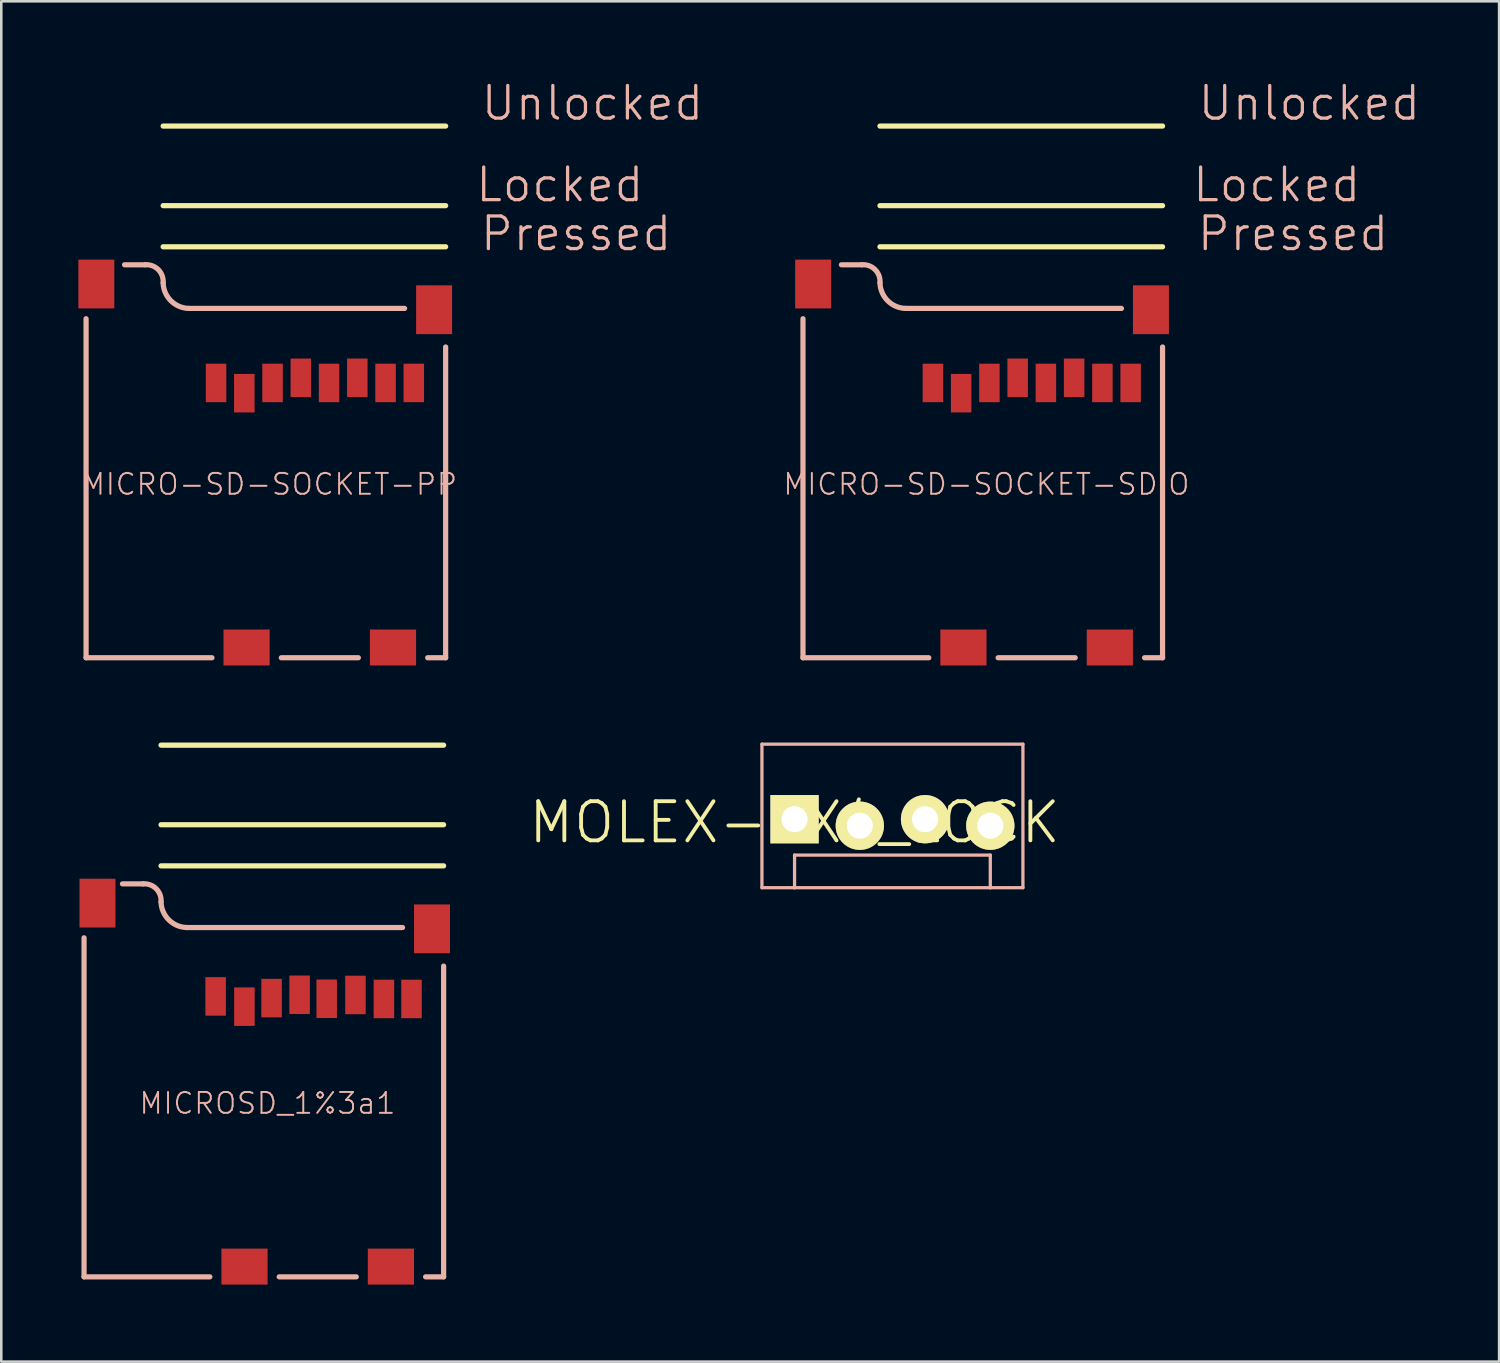
<source format=kicad_pcb>
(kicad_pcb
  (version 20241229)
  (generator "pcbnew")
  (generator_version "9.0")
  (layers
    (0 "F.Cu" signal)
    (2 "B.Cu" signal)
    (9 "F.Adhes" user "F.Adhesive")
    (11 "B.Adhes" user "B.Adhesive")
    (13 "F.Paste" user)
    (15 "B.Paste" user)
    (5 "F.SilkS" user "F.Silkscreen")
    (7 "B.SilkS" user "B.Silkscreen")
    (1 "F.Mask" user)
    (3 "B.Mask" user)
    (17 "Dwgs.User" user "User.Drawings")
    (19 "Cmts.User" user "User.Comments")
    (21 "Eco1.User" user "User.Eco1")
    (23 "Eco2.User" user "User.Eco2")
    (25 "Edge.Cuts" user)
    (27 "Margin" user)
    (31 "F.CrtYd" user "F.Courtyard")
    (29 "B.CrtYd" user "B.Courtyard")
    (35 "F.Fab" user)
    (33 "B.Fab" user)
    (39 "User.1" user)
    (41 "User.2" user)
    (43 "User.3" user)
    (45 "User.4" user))
  (footprint "MOLEX-1X4_LOCK"
    (layer "F.Cu")
    (at 27.882 28.968)
    (property "Reference" "MOLEX-1X4_LOCK" (at 0 0 0) (layer "F.SilkS") (effects (font (size 1.524 1.524) (thickness 0.15))))
    (attr exclude_from_pos_files exclude_from_bom)
    (fp_line (start -1.27 -3.048) (end -1.27 2.54) (stroke (width 0.127) (type solid)) (layer "B.SilkS"))
    (fp_line (start 0 1.27) (end 7.62 1.27) (stroke (width 0.127) (type solid)) (layer "B.SilkS"))
    (fp_line (start 0 2.54) (end -1.27 2.54) (stroke (width 0.127) (type solid)) (layer "B.SilkS"))
    (fp_line (start 0 2.54) (end 0 1.27) (stroke (width 0.127) (type solid)) (layer "B.SilkS"))
    (fp_line (start 7.62 1.27) (end 7.62 2.54) (stroke (width 0.127) (type solid)) (layer "B.SilkS"))
    (fp_line (start 7.62 2.54) (end 0 2.54) (stroke (width 0.127) (type solid)) (layer "B.SilkS"))
    (fp_line (start 8.89 -3.048) (end -1.27 -3.048) (stroke (width 0.127) (type solid)) (layer "B.SilkS"))
    (fp_line (start 8.89 -3.048) (end 8.89 2.54) (stroke (width 0.127) (type solid)) (layer "B.SilkS"))
    (fp_line (start 8.89 2.54) (end 7.62 2.54) (stroke (width 0.127) (type solid)) (layer "B.SilkS"))
    (pad "1" thru_hole rect (at 0 -0.127) (size 1.88 1.88) (drill 1.016) (layers "*.Cu" "F.Mask" "F.SilkS" "F.Paste"))
    (pad "2" thru_hole circle (at 2.54 0.127) (size 1.88 1.88) (drill 1.016) (layers "*.Cu" "F.Mask" "F.SilkS" "F.Paste"))
    (pad "3" thru_hole circle (at 5.08 -0.127) (size 1.88 1.88) (drill 1.016) (layers "*.Cu" "F.Mask" "F.SilkS" "F.Paste"))
    (pad "4" thru_hole circle (at 7.62 0.127) (size 1.88 1.88) (drill 1.016) (layers "*.Cu" "F.Mask" "F.SilkS" "F.Paste")))
  (footprint "MICRO-SD-SOCKET-PP"
    (layer "F.Cu")
    (at 14.299 22.556)
    (property "Reference" "MICRO-SD-SOCKET-PP" (at -6.858 -6.756 0) (layer "B.SilkS") (effects (font (size 0.813 0.813) (thickness 0.076))))
    (attr smd)
    (fp_line (start -10.998 -15.999) (end 0 -15.999) (stroke (width 0.203) (type solid)) (layer "F.SilkS"))
    (fp_line (start 0 -20.698) (end -10.998 -20.698) (stroke (width 0.203) (type solid)) (layer "F.SilkS"))
    (fp_line (start 0 -17.6) (end -10.998 -17.6) (stroke (width 0.203) (type solid)) (layer "F.SilkS"))
    (fp_line (start -13.998 0) (end -13.998 -13.198) (stroke (width 0.203) (type solid)) (layer "B.SilkS"))
    (fp_line (start -13.998 0) (end -9.098 0) (stroke (width 0.203) (type solid)) (layer "B.SilkS"))
    (fp_line (start -11.699 -15.298) (end -12.499 -15.298) (stroke (width 0.203) (type solid)) (layer "B.SilkS"))
    (fp_line (start -10 -13.599) (end -1.598 -13.599) (stroke (width 0.203) (type solid)) (layer "B.SilkS"))
    (fp_line (start -3.399 0) (end -6.398 0) (stroke (width 0.203) (type solid)) (layer "B.SilkS"))
    (fp_line (start 0 -12.098) (end 0 0) (stroke (width 0.203) (type solid)) (layer "B.SilkS"))
    (fp_line (start 0 0) (end -0.699 0) (stroke (width 0.203) (type solid)) (layer "B.SilkS"))
    (fp_arc (start -11.69924 -15.29842) (mid -11.188194 -15.110312) (end -10.997998 -14.60004) (stroke (width 0.2032) (type solid)) (layer "B.SilkS"))
    (fp_arc (start -9.99998 -13.59916) (mid -10.698882 -13.89902) (end -10.998219 -14.598146) (stroke (width 0.2032) (type solid)) (layer "B.SilkS"))
    (fp_text user "Unlocked" (at 5.715 -21.59 0) (layer "B.SilkS") (effects (font (size 1.27 1.27) (thickness 0.127))))
    (fp_text user "Pressed" (at 5.08 -16.51 0) (layer "B.SilkS") (effects (font (size 1.27 1.27) (thickness 0.127))))
    (fp_text user "Locked" (at 4.445 -18.415 0) (layer "B.SilkS") (effects (font (size 1.27 1.27) (thickness 0.127))))
    (pad "CD1" smd rect (at -2.05 -0.399) (size 1.798 1.4) (layers "F.Cu" "F.Mask" "F.Paste"))
    (pad "CD2" smd rect (at -7.75 -0.399) (size 1.798 1.4) (layers "F.Cu" "F.Mask" "F.Paste"))
    (pad "CS" smd rect (at -7.838 -10.3) (size 0.798 1.499) (layers "F.Cu" "F.Mask" "F.Paste"))
    (pad "DI" smd rect (at -6.739 -10.698) (size 0.798 1.499) (layers "F.Cu" "F.Mask" "F.Paste"))
    (pad "DO" smd rect (at -2.339 -10.698) (size 0.798 1.499) (layers "F.Cu" "F.Mask" "F.Paste"))
    (pad "GND" smd rect (at -3.439 -10.899) (size 0.798 1.499) (layers "F.Cu" "F.Mask" "F.Paste"))
    (pad "GND1" smd rect (at -13.599 -14.549) (size 1.4 1.9) (layers "F.Cu" "F.Mask" "F.Paste"))
    (pad "GND3" smd rect (at -0.45 -13.548) (size 1.4 1.9) (layers "F.Cu" "F.Mask" "F.Paste"))
    (pad "RSV1" smd rect (at -8.938 -10.698) (size 0.798 1.499) (layers "F.Cu" "F.Mask" "F.Paste"))
    (pad "RSV2" smd rect (at -1.24 -10.698) (size 0.798 1.499) (layers "F.Cu" "F.Mask" "F.Paste"))
    (pad "SCLK" smd rect (at -4.539 -10.698) (size 0.798 1.499) (layers "F.Cu" "F.Mask" "F.Paste"))
    (pad "VCC" smd rect (at -5.639 -10.899) (size 0.798 1.499) (layers "F.Cu" "F.Mask" "F.Paste")))
  (footprint "MICROSD_1%3a1"
    (layer "F.Cu")
    (at 0.25 46.657)
    (property "Reference" "MICROSD_1%3a1" (at 7.112 -6.756 0) (layer "B.SilkS") (effects (font (size 0.813 0.813) (thickness 0.076))))
    (attr smd)
    (fp_line (start 2.969 -15.999) (end 13.97 -15.999) (stroke (width 0.203) (type solid)) (layer "F.SilkS"))
    (fp_line (start 13.97 -20.698) (end 2.969 -20.698) (stroke (width 0.203) (type solid)) (layer "F.SilkS"))
    (fp_line (start 13.97 -17.6) (end 2.969 -17.6) (stroke (width 0.203) (type solid)) (layer "F.SilkS"))
    (fp_line (start -0.028 0) (end -0.028 -13.198) (stroke (width 0.203) (type solid)) (layer "B.SilkS"))
    (fp_line (start -0.028 0) (end 4.869 0) (stroke (width 0.203) (type solid)) (layer "B.SilkS"))
    (fp_line (start 2.268 -15.298) (end 1.468 -15.298) (stroke (width 0.203) (type solid)) (layer "B.SilkS"))
    (fp_line (start 3.967 -13.599) (end 12.37 -13.599) (stroke (width 0.203) (type solid)) (layer "B.SilkS"))
    (fp_line (start 10.569 0) (end 7.569 0) (stroke (width 0.203) (type solid)) (layer "B.SilkS"))
    (fp_line (start 13.97 -12.098) (end 13.97 0) (stroke (width 0.203) (type solid)) (layer "B.SilkS"))
    (fp_line (start 13.97 0) (end 13.269 0) (stroke (width 0.203) (type solid)) (layer "B.SilkS"))
    (fp_arc (start 2.26822 -15.29842) (mid 2.779266 -15.110312) (end 2.969462 -14.60004) (stroke (width 0.2032) (type solid)) (layer "B.SilkS"))
    (fp_arc (start 3.96748 -13.59916) (mid 3.268578 -13.89902) (end 2.969241 -14.598146) (stroke (width 0.2032) (type solid)) (layer "B.SilkS"))
    (pad "1" smd rect (at 5.095 -10.917) (size 0.798 1.499) (layers "F.Cu" "F.Mask" "F.Paste"))
    (pad "2" smd rect (at 6.215 -10.518) (size 0.798 1.499) (layers "F.Cu" "F.Mask" "F.Paste"))
    (pad "3" smd rect (at 7.272 -10.851) (size 0.798 1.499) (layers "F.Cu" "F.Mask" "F.Paste"))
    (pad "4" smd rect (at 8.364 -10.98) (size 0.798 1.499) (layers "F.Cu" "F.Mask" "F.Paste"))
    (pad "5" smd rect (at 9.418 -10.825) (size 0.798 1.499) (layers "F.Cu" "F.Mask" "F.Paste"))
    (pad "6" smd rect (at 10.538 -10.973) (size 0.798 1.499) (layers "F.Cu" "F.Mask" "F.Paste"))
    (pad "7" smd rect (at 11.646 -10.818) (size 0.798 1.499) (layers "F.Cu" "F.Mask" "F.Paste"))
    (pad "8" smd rect (at 12.72 -10.818) (size 0.798 1.499) (layers "F.Cu" "F.Mask" "F.Paste"))
    (pad "CD1" smd rect (at 11.918 -0.399) (size 1.798 1.4) (layers "F.Cu" "F.Mask" "F.Paste"))
    (pad "CD2" smd rect (at 6.218 -0.399) (size 1.798 1.4) (layers "F.Cu" "F.Mask" "F.Paste"))
    (pad "GND1" smd rect (at 0.495 -14.549) (size 1.4 1.9) (layers "F.Cu" "F.Mask" "F.Paste"))
    (pad "GND3" smd rect (at 13.518 -13.548) (size 1.4 1.9) (layers "F.Cu" "F.Mask" "F.Paste")))
  (footprint "MICRO-SD-SOCKET-SDIO"
    (layer "F.Cu")
    (at 28.238 22.556)
    (property "Reference" "MICRO-SD-SOCKET-SDIO" (at 7.112 -6.756 0) (layer "B.SilkS") (effects (font (size 0.813 0.813) (thickness 0.076))))
    (attr smd)
    (fp_line (start 2.969 -15.999) (end 13.97 -15.999) (stroke (width 0.203) (type solid)) (layer "F.SilkS"))
    (fp_line (start 13.97 -20.698) (end 2.969 -20.698) (stroke (width 0.203) (type solid)) (layer "F.SilkS"))
    (fp_line (start 13.97 -17.6) (end 2.969 -17.6) (stroke (width 0.203) (type solid)) (layer "F.SilkS"))
    (fp_line (start -0.028 0) (end -0.028 -13.198) (stroke (width 0.203) (type solid)) (layer "B.SilkS"))
    (fp_line (start -0.028 0) (end 4.869 0) (stroke (width 0.203) (type solid)) (layer "B.SilkS"))
    (fp_line (start 2.268 -15.298) (end 1.468 -15.298) (stroke (width 0.203) (type solid)) (layer "B.SilkS"))
    (fp_line (start 3.967 -13.599) (end 12.37 -13.599) (stroke (width 0.203) (type solid)) (layer "B.SilkS"))
    (fp_line (start 10.569 0) (end 7.569 0) (stroke (width 0.203) (type solid)) (layer "B.SilkS"))
    (fp_line (start 13.97 -12.098) (end 13.97 0) (stroke (width 0.203) (type solid)) (layer "B.SilkS"))
    (fp_line (start 13.97 0) (end 13.269 0) (stroke (width 0.203) (type solid)) (layer "B.SilkS"))
    (fp_arc (start 2.26822 -15.29842) (mid 2.779266 -15.110312) (end 2.969462 -14.60004) (stroke (width 0.2032) (type solid)) (layer "B.SilkS"))
    (fp_arc (start 3.96748 -13.59916) (mid 3.268578 -13.89902) (end 2.969241 -14.598146) (stroke (width 0.2032) (type solid)) (layer "B.SilkS"))
    (fp_text user "Unlocked" (at 19.685 -21.59 0) (layer "B.SilkS") (effects (font (size 1.27 1.27) (thickness 0.127))))
    (fp_text user "Locked" (at 18.415 -18.415 0) (layer "B.SilkS") (effects (font (size 1.27 1.27) (thickness 0.127))))
    (fp_text user "Pressed" (at 19.05 -16.51 0) (layer "B.SilkS") (effects (font (size 1.27 1.27) (thickness 0.127))))
    (pad "CD/D" smd rect (at 6.129 -10.3) (size 0.798 1.499) (layers "F.Cu" "F.Mask" "F.Paste"))
    (pad "CD1" smd rect (at 11.918 -0.399) (size 1.798 1.4) (layers "F.Cu" "F.Mask" "F.Paste"))
    (pad "CD2" smd rect (at 6.218 -0.399) (size 1.798 1.4) (layers "F.Cu" "F.Mask" "F.Paste"))
    (pad "CLK" smd rect (at 9.428 -10.698) (size 0.798 1.499) (layers "F.Cu" "F.Mask" "F.Paste"))
    (pad "CMD" smd rect (at 7.229 -10.698) (size 0.798 1.499) (layers "F.Cu" "F.Mask" "F.Paste"))
    (pad "DAT0" smd rect (at 11.628 -10.698) (size 0.798 1.499) (layers "F.Cu" "F.Mask" "F.Paste"))
    (pad "DAT1" smd rect (at 12.728 -10.698) (size 0.798 1.499) (layers "F.Cu" "F.Mask" "F.Paste"))
    (pad "DAT2" smd rect (at 5.029 -10.698) (size 0.798 1.499) (layers "F.Cu" "F.Mask" "F.Paste"))
    (pad "GND" smd rect (at 10.528 -10.899) (size 0.798 1.499) (layers "F.Cu" "F.Mask" "F.Paste"))
    (pad "GND1" smd rect (at 0.368 -14.549) (size 1.4 1.9) (layers "F.Cu" "F.Mask" "F.Paste"))
    (pad "GND3" smd rect (at 13.518 -13.548) (size 1.4 1.9) (layers "F.Cu" "F.Mask" "F.Paste"))
    (pad "VCC" smd rect (at 8.329 -10.899) (size 0.798 1.499) (layers "F.Cu" "F.Mask" "F.Paste")))
  (gr_rect
    (start -3 -3)
    (end 55.31 49.958)
    (stroke (width 0.1) (type default))
    (fill no)
    (layer "Edge.Cuts")))
</source>
